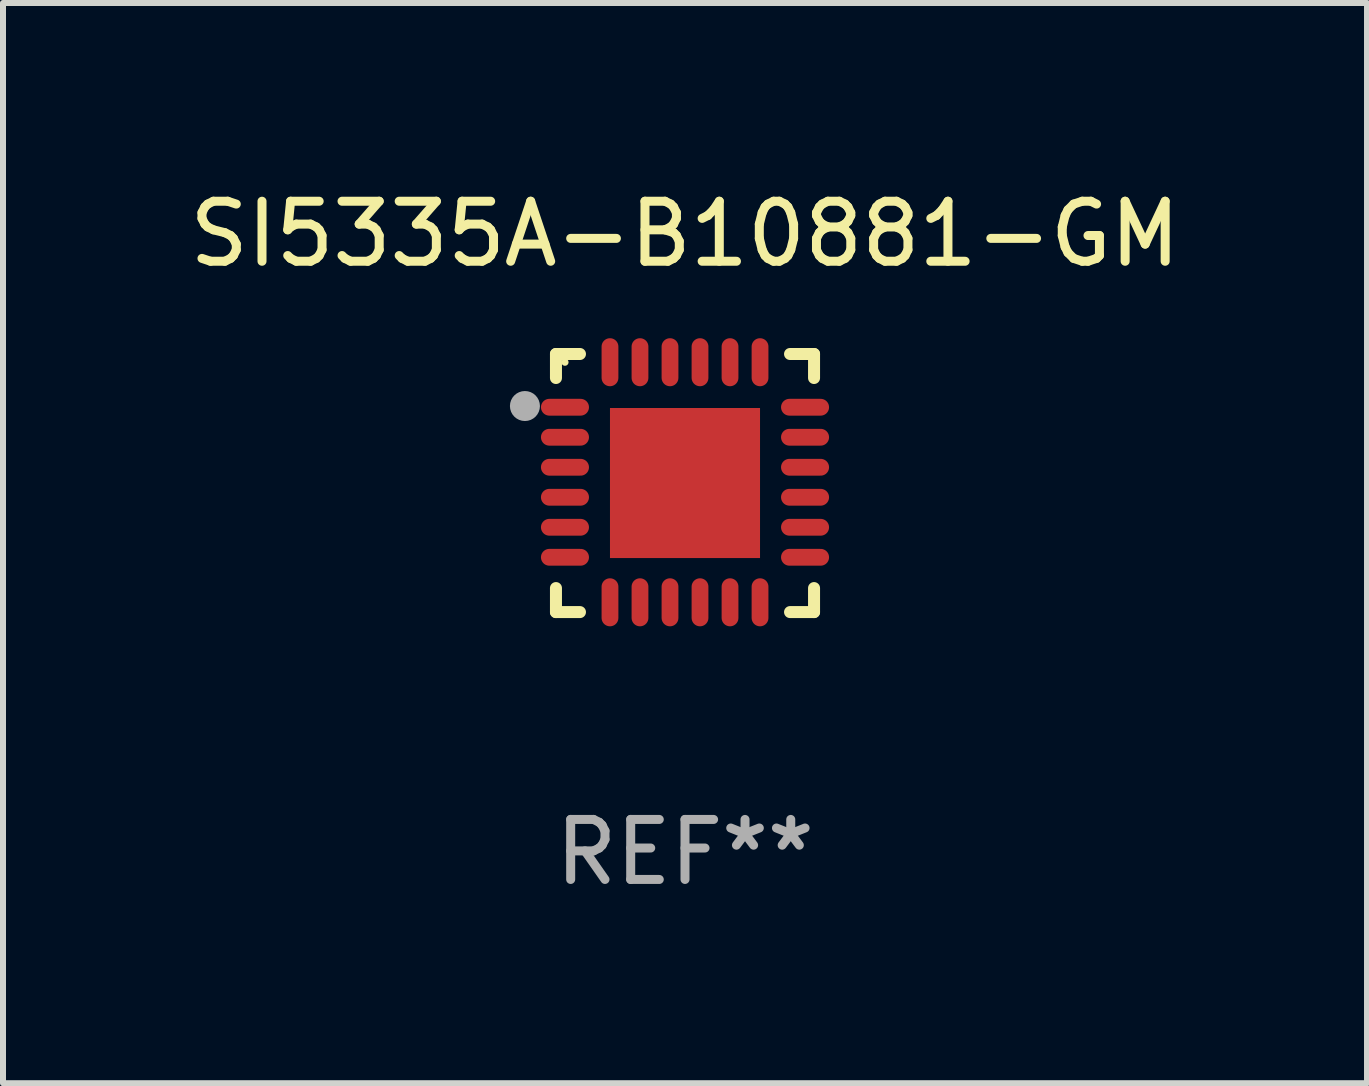
<source format=kicad_pcb>
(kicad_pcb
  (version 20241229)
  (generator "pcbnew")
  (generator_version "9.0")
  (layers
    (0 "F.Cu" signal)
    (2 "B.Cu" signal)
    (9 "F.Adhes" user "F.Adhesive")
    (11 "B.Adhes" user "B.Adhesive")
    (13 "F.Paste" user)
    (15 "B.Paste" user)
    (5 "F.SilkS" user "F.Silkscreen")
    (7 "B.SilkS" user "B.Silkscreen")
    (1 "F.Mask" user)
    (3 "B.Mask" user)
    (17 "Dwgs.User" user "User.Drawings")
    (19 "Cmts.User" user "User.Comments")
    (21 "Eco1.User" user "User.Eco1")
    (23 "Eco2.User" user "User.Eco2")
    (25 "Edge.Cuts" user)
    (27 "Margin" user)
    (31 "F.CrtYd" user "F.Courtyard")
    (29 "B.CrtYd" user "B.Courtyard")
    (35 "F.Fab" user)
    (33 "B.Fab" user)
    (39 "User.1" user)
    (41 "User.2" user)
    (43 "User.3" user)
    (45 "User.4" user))
  (footprint "SI5335A-B10881-GM"
    (layer "F.Cu")
    (at 8.363 4.998)
    (property "Reference" "SI5335A-B10881-GM" (at 0 -4.15 0) (layer "F.SilkS") (effects (font (size 1 1) (thickness 0.15))))
    (attr through_hole)
    (fp_line (start -2.15 -2.15) (end -1.75 -2.15) (stroke (width 0.2) (type solid)) (layer "F.SilkS"))
    (fp_line (start -2.15 -1.75) (end -2.15 -2.15) (stroke (width 0.2) (type solid)) (layer "F.SilkS"))
    (fp_line (start -2.15 2.15) (end -2.15 1.75) (stroke (width 0.2) (type solid)) (layer "F.SilkS"))
    (fp_line (start -1.75 2.15) (end -2.15 2.15) (stroke (width 0.2) (type solid)) (layer "F.SilkS"))
    (fp_line (start 1.75 -2.15) (end 2.15 -2.15) (stroke (width 0.2) (type solid)) (layer "F.SilkS"))
    (fp_line (start 1.75 2.15) (end 2.15 2.15) (stroke (width 0.2) (type solid)) (layer "F.SilkS"))
    (fp_line (start 2.15 -2.15) (end 2.15 -1.75) (stroke (width 0.2) (type solid)) (layer "F.SilkS"))
    (fp_line (start 2.15 2.15) (end 2.15 1.75) (stroke (width 0.2) (type solid)) (layer "F.SilkS"))
    (fp_circle (center -2 -2.013) (end -1.97 -2.013) (stroke (width 0.06) (type solid)) (fill no) (layer "F.SilkS"))
    (fp_circle (center -2.667 -1.283) (end -2.542 -1.283) (stroke (width 0.25) (type solid)) (fill no) (layer "F.Fab"))
    (fp_text user "REF**" (at 0 6.15 0) (layer "F.Fab") (effects (font (size 1 1) (thickness 0.15))))
    (pad "1" smd oval (at -2 -1.263) (size 0.8 0.28) (layers "F.Cu" "F.Mask" "F.Paste"))
    (pad "2" smd oval (at -2 -0.763) (size 0.8 0.28) (layers "F.Cu" "F.Mask" "F.Paste"))
    (pad "3" smd oval (at -2 -0.263) (size 0.8 0.28) (layers "F.Cu" "F.Mask" "F.Paste"))
    (pad "4" smd oval (at -2 0.237) (size 0.8 0.28) (layers "F.Cu" "F.Mask" "F.Paste"))
    (pad "5" smd oval (at -2 0.737) (size 0.8 0.28) (layers "F.Cu" "F.Mask" "F.Paste"))
    (pad "6" smd oval (at -2 1.237) (size 0.8 0.28) (layers "F.Cu" "F.Mask" "F.Paste"))
    (pad "7" smd oval (at -1.25 1.987) (size 0.28 0.8) (layers "F.Cu" "F.Mask" "F.Paste"))
    (pad "8" smd oval (at -0.75 1.987) (size 0.28 0.8) (layers "F.Cu" "F.Mask" "F.Paste"))
    (pad "9" smd oval (at -0.25 1.987) (size 0.28 0.8) (layers "F.Cu" "F.Mask" "F.Paste"))
    (pad "10" smd oval (at 0.25 1.987) (size 0.28 0.8) (layers "F.Cu" "F.Mask" "F.Paste"))
    (pad "11" smd oval (at 0.75 1.987) (size 0.28 0.8) (layers "F.Cu" "F.Mask" "F.Paste"))
    (pad "12" smd oval (at 1.25 1.987) (size 0.28 0.8) (layers "F.Cu" "F.Mask" "F.Paste"))
    (pad "13" smd oval (at 2 1.237) (size 0.8 0.28) (layers "F.Cu" "F.Mask" "F.Paste"))
    (pad "14" smd oval (at 2 0.737) (size 0.8 0.28) (layers "F.Cu" "F.Mask" "F.Paste"))
    (pad "15" smd oval (at 2 0.237) (size 0.8 0.28) (layers "F.Cu" "F.Mask" "F.Paste"))
    (pad "16" smd oval (at 2 -0.263) (size 0.8 0.28) (layers "F.Cu" "F.Mask" "F.Paste"))
    (pad "17" smd oval (at 2 -0.763) (size 0.8 0.28) (layers "F.Cu" "F.Mask" "F.Paste"))
    (pad "18" smd oval (at 2 -1.263) (size 0.8 0.28) (layers "F.Cu" "F.Mask" "F.Paste"))
    (pad "19" smd oval (at 1.25 -2.013) (size 0.28 0.8) (layers "F.Cu" "F.Mask" "F.Paste"))
    (pad "20" smd oval (at 0.75 -2.013) (size 0.28 0.8) (layers "F.Cu" "F.Mask" "F.Paste"))
    (pad "21" smd oval (at 0.25 -2.013) (size 0.28 0.8) (layers "F.Cu" "F.Mask" "F.Paste"))
    (pad "22" smd oval (at -0.25 -2.013) (size 0.28 0.8) (layers "F.Cu" "F.Mask" "F.Paste"))
    (pad "23" smd oval (at -0.75 -2.013) (size 0.28 0.8) (layers "F.Cu" "F.Mask" "F.Paste"))
    (pad "24" smd oval (at -1.25 -2.013) (size 0.28 0.8) (layers "F.Cu" "F.Mask" "F.Paste"))
    (pad "25" smd rect (at -0.000127 -0.00014) (size 2.5 2.5) (layers "F.Cu" "F.Mask" "F.Paste")))
  (gr_rect
    (start -3 -3)
    (end 19.726 14.997)
    (stroke (width 0.1) (type default))
    (fill no)
    (layer "Edge.Cuts")))
</source>
